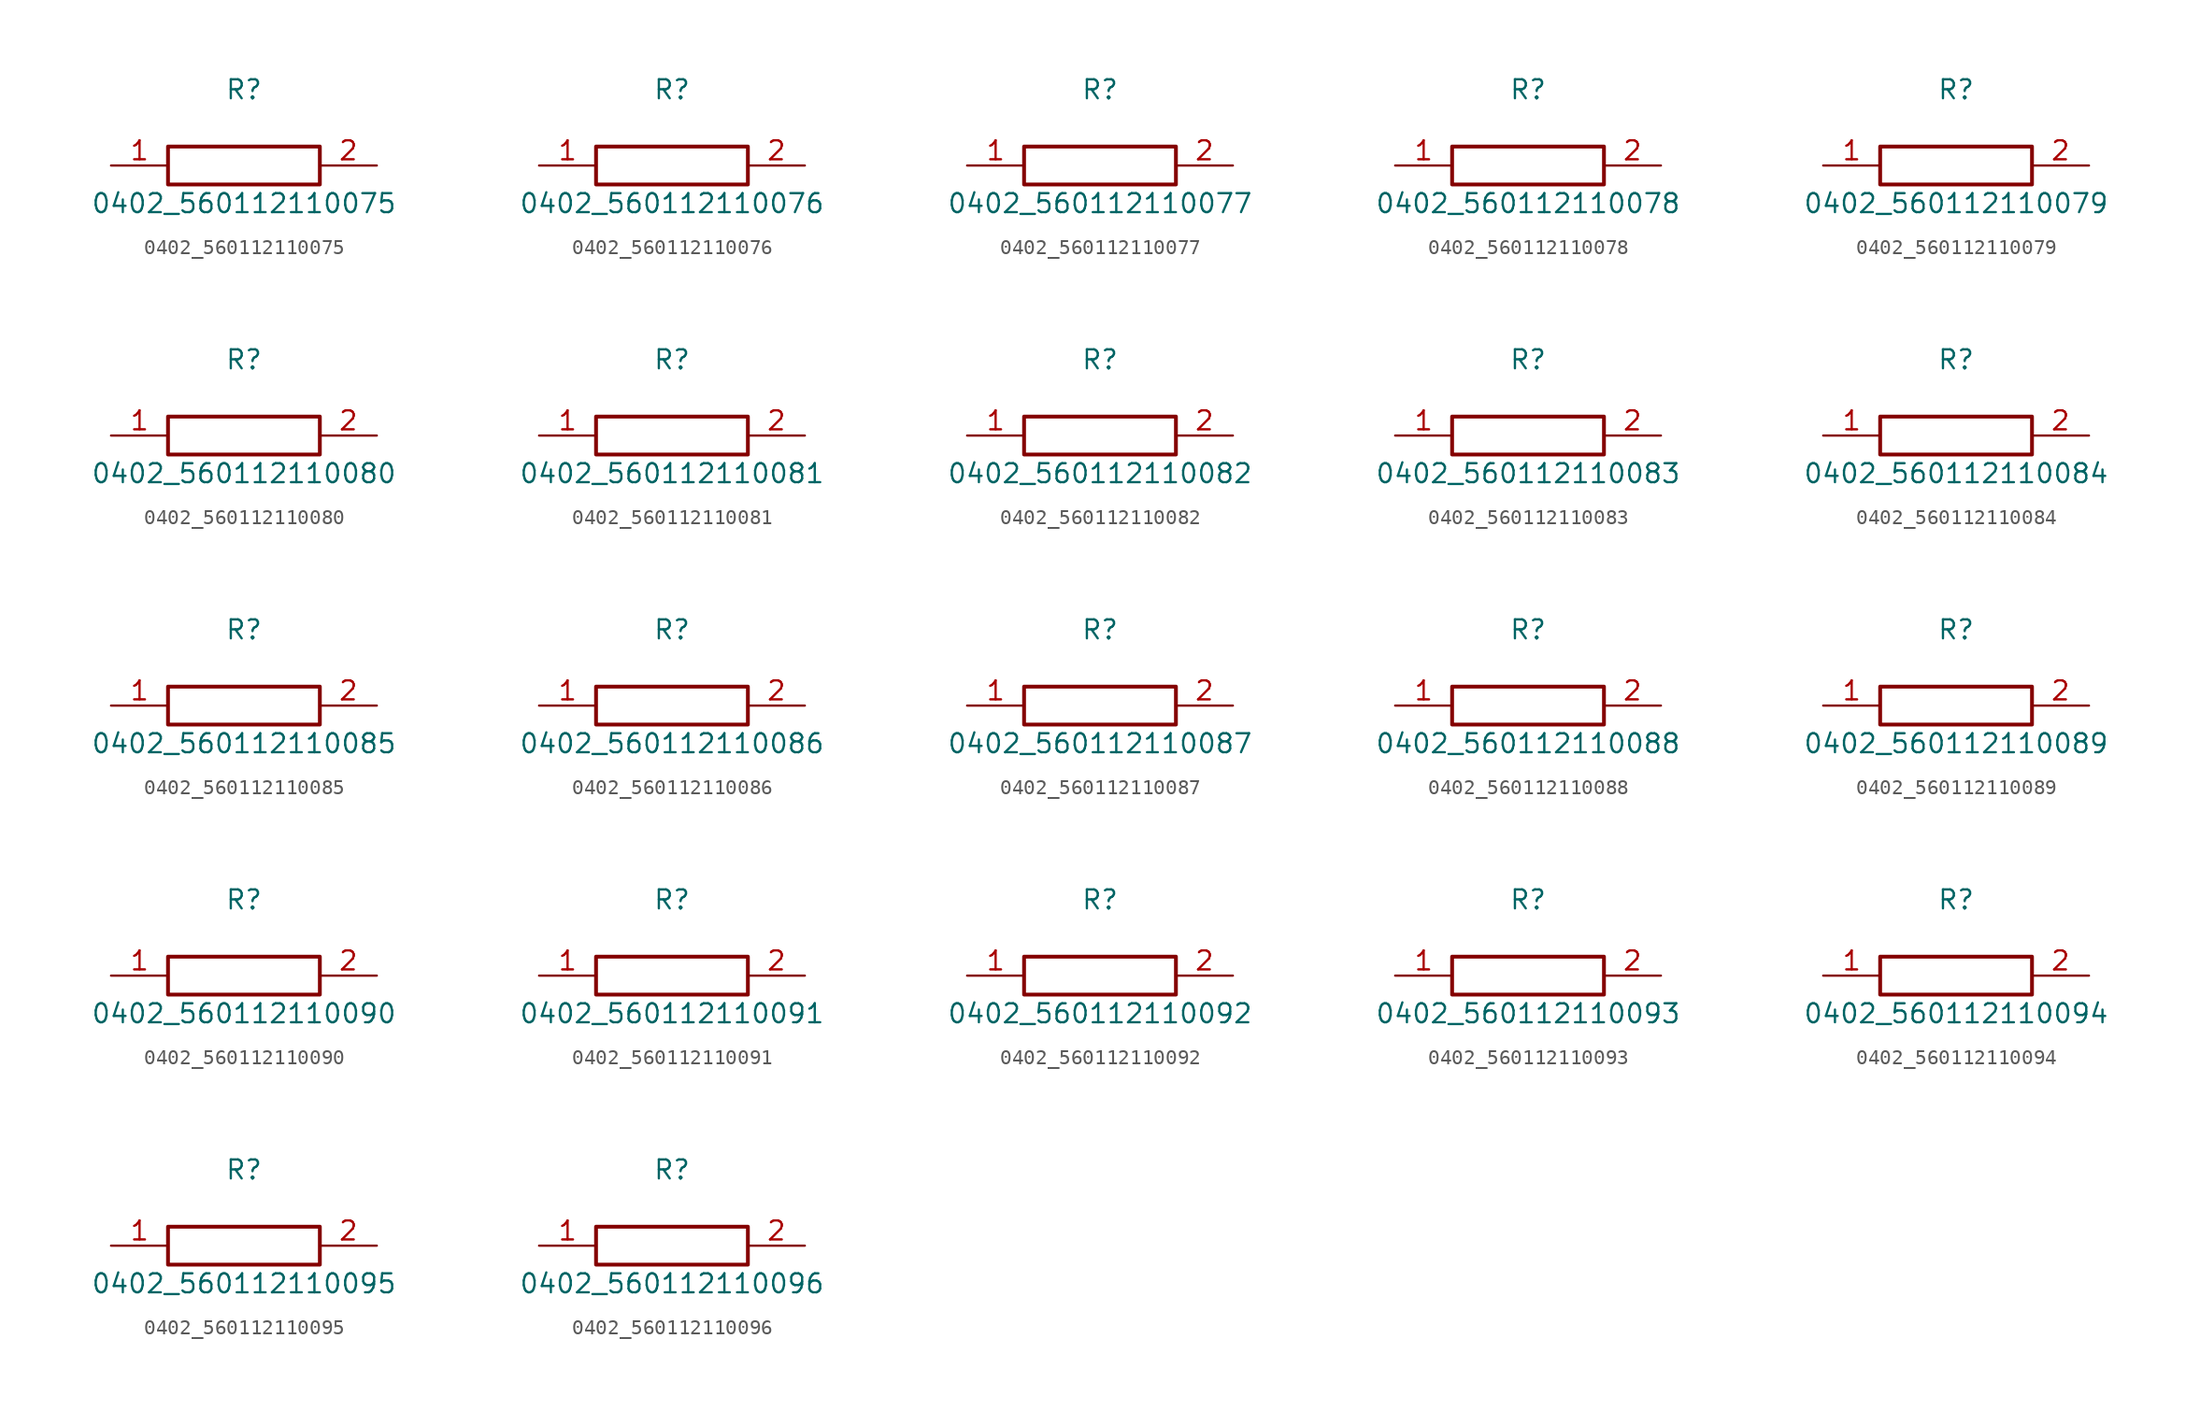
<source format=kicad_sym>
(kicad_symbol_lib
  (version 20211014)
  (generator kicad_symbol_editor)
  (symbol "Resistor_Wurth_WRIS-RSKS:0402_560112110075"
    (pin_names hide)
    (property "Reference" "R"
      (at 0 5.08 0)
      (effects (font (size 1.27 1.27))))
    (property "Value" "0402_560112110075"
      (at 0 -2.54 0)
      (effects (font (size 1.27 1.27))))
    (symbol "0402_560112110075_0_1"
      (rectangle (start -5.08 1.27) (end 5.08 -1.27) (stroke (width 0.254) (type solid)) (fill (type none)))
      (pin passive line (at -8.89 0 0) (length 3.81) (name "1" (effects (font (size 1.27 1.27)))) (number "1" (effects (font (size 1.27 1.27)))))
      (pin passive line (at 8.89 0 180) (length 3.81) (name "2" (effects (font (size 1.27 1.27)))) (number "2" (effects (font (size 1.27 1.27)))))))
  (symbol "Resistor_Wurth_WRIS-RSKS:0402_560112110076"
    (pin_names hide)
    (property "Reference" "R"
      (at 0 5.08 0)
      (effects (font (size 1.27 1.27))))
    (property "Value" "0402_560112110076"
      (at 0 -2.54 0)
      (effects (font (size 1.27 1.27))))
    (symbol "0402_560112110076_0_1"
      (rectangle (start -5.08 1.27) (end 5.08 -1.27) (stroke (width 0.254) (type solid)) (fill (type none)))
      (pin passive line (at -8.89 0 0) (length 3.81) (name "1" (effects (font (size 1.27 1.27)))) (number "1" (effects (font (size 1.27 1.27)))))
      (pin passive line (at 8.89 0 180) (length 3.81) (name "2" (effects (font (size 1.27 1.27)))) (number "2" (effects (font (size 1.27 1.27)))))))
  (symbol "Resistor_Wurth_WRIS-RSKS:0402_560112110077"
    (pin_names hide)
    (property "Reference" "R"
      (at 0 5.08 0)
      (effects (font (size 1.27 1.27))))
    (property "Value" "0402_560112110077"
      (at 0 -2.54 0)
      (effects (font (size 1.27 1.27))))
    (symbol "0402_560112110077_0_1"
      (rectangle (start -5.08 1.27) (end 5.08 -1.27) (stroke (width 0.254) (type solid)) (fill (type none)))
      (pin passive line (at -8.89 0 0) (length 3.81) (name "1" (effects (font (size 1.27 1.27)))) (number "1" (effects (font (size 1.27 1.27)))))
      (pin passive line (at 8.89 0 180) (length 3.81) (name "2" (effects (font (size 1.27 1.27)))) (number "2" (effects (font (size 1.27 1.27)))))))
  (symbol "Resistor_Wurth_WRIS-RSKS:0402_560112110078"
    (pin_names hide)
    (property "Reference" "R"
      (at 0 5.08 0)
      (effects (font (size 1.27 1.27))))
    (property "Value" "0402_560112110078"
      (at 0 -2.54 0)
      (effects (font (size 1.27 1.27))))
    (symbol "0402_560112110078_0_1"
      (rectangle (start -5.08 1.27) (end 5.08 -1.27) (stroke (width 0.254) (type solid)) (fill (type none)))
      (pin passive line (at -8.89 0 0) (length 3.81) (name "1" (effects (font (size 1.27 1.27)))) (number "1" (effects (font (size 1.27 1.27)))))
      (pin passive line (at 8.89 0 180) (length 3.81) (name "2" (effects (font (size 1.27 1.27)))) (number "2" (effects (font (size 1.27 1.27)))))))
  (symbol "Resistor_Wurth_WRIS-RSKS:0402_560112110079"
    (pin_names hide)
    (property "Reference" "R"
      (at 0 5.08 0)
      (effects (font (size 1.27 1.27))))
    (property "Value" "0402_560112110079"
      (at 0 -2.54 0)
      (effects (font (size 1.27 1.27))))
    (symbol "0402_560112110079_0_1"
      (rectangle (start -5.08 1.27) (end 5.08 -1.27) (stroke (width 0.254) (type solid)) (fill (type none)))
      (pin passive line (at -8.89 0 0) (length 3.81) (name "1" (effects (font (size 1.27 1.27)))) (number "1" (effects (font (size 1.27 1.27)))))
      (pin passive line (at 8.89 0 180) (length 3.81) (name "2" (effects (font (size 1.27 1.27)))) (number "2" (effects (font (size 1.27 1.27)))))))
  (symbol "Resistor_Wurth_WRIS-RSKS:0402_560112110080"
    (pin_names hide)
    (property "Reference" "R"
      (at 0 5.08 0)
      (effects (font (size 1.27 1.27))))
    (property "Value" "0402_560112110080"
      (at 0 -2.54 0)
      (effects (font (size 1.27 1.27))))
    (symbol "0402_560112110080_0_1"
      (rectangle (start -5.08 1.27) (end 5.08 -1.27) (stroke (width 0.254) (type solid)) (fill (type none)))
      (pin passive line (at -8.89 0 0) (length 3.81) (name "1" (effects (font (size 1.27 1.27)))) (number "1" (effects (font (size 1.27 1.27)))))
      (pin passive line (at 8.89 0 180) (length 3.81) (name "2" (effects (font (size 1.27 1.27)))) (number "2" (effects (font (size 1.27 1.27)))))))
  (symbol "Resistor_Wurth_WRIS-RSKS:0402_560112110081"
    (pin_names hide)
    (property "Reference" "R"
      (at 0 5.08 0)
      (effects (font (size 1.27 1.27))))
    (property "Value" "0402_560112110081"
      (at 0 -2.54 0)
      (effects (font (size 1.27 1.27))))
    (symbol "0402_560112110081_0_1"
      (rectangle (start -5.08 1.27) (end 5.08 -1.27) (stroke (width 0.254) (type solid)) (fill (type none)))
      (pin passive line (at -8.89 0 0) (length 3.81) (name "1" (effects (font (size 1.27 1.27)))) (number "1" (effects (font (size 1.27 1.27)))))
      (pin passive line (at 8.89 0 180) (length 3.81) (name "2" (effects (font (size 1.27 1.27)))) (number "2" (effects (font (size 1.27 1.27)))))))
  (symbol "Resistor_Wurth_WRIS-RSKS:0402_560112110082"
    (pin_names hide)
    (property "Reference" "R"
      (at 0 5.08 0)
      (effects (font (size 1.27 1.27))))
    (property "Value" "0402_560112110082"
      (at 0 -2.54 0)
      (effects (font (size 1.27 1.27))))
    (symbol "0402_560112110082_0_1"
      (rectangle (start -5.08 1.27) (end 5.08 -1.27) (stroke (width 0.254) (type solid)) (fill (type none)))
      (pin passive line (at -8.89 0 0) (length 3.81) (name "1" (effects (font (size 1.27 1.27)))) (number "1" (effects (font (size 1.27 1.27)))))
      (pin passive line (at 8.89 0 180) (length 3.81) (name "2" (effects (font (size 1.27 1.27)))) (number "2" (effects (font (size 1.27 1.27)))))))
  (symbol "Resistor_Wurth_WRIS-RSKS:0402_560112110083"
    (pin_names hide)
    (property "Reference" "R"
      (at 0 5.08 0)
      (effects (font (size 1.27 1.27))))
    (property "Value" "0402_560112110083"
      (at 0 -2.54 0)
      (effects (font (size 1.27 1.27))))
    (symbol "0402_560112110083_0_1"
      (rectangle (start -5.08 1.27) (end 5.08 -1.27) (stroke (width 0.254) (type solid)) (fill (type none)))
      (pin passive line (at -8.89 0 0) (length 3.81) (name "1" (effects (font (size 1.27 1.27)))) (number "1" (effects (font (size 1.27 1.27)))))
      (pin passive line (at 8.89 0 180) (length 3.81) (name "2" (effects (font (size 1.27 1.27)))) (number "2" (effects (font (size 1.27 1.27)))))))
  (symbol "Resistor_Wurth_WRIS-RSKS:0402_560112110084"
    (pin_names hide)
    (property "Reference" "R"
      (at 0 5.08 0)
      (effects (font (size 1.27 1.27))))
    (property "Value" "0402_560112110084"
      (at 0 -2.54 0)
      (effects (font (size 1.27 1.27))))
    (symbol "0402_560112110084_0_1"
      (rectangle (start -5.08 1.27) (end 5.08 -1.27) (stroke (width 0.254) (type solid)) (fill (type none)))
      (pin passive line (at -8.89 0 0) (length 3.81) (name "1" (effects (font (size 1.27 1.27)))) (number "1" (effects (font (size 1.27 1.27)))))
      (pin passive line (at 8.89 0 180) (length 3.81) (name "2" (effects (font (size 1.27 1.27)))) (number "2" (effects (font (size 1.27 1.27)))))))
  (symbol "Resistor_Wurth_WRIS-RSKS:0402_560112110085"
    (pin_names hide)
    (property "Reference" "R"
      (at 0 5.08 0)
      (effects (font (size 1.27 1.27))))
    (property "Value" "0402_560112110085"
      (at 0 -2.54 0)
      (effects (font (size 1.27 1.27))))
    (symbol "0402_560112110085_0_1"
      (rectangle (start -5.08 1.27) (end 5.08 -1.27) (stroke (width 0.254) (type solid)) (fill (type none)))
      (pin passive line (at -8.89 0 0) (length 3.81) (name "1" (effects (font (size 1.27 1.27)))) (number "1" (effects (font (size 1.27 1.27)))))
      (pin passive line (at 8.89 0 180) (length 3.81) (name "2" (effects (font (size 1.27 1.27)))) (number "2" (effects (font (size 1.27 1.27)))))))
  (symbol "Resistor_Wurth_WRIS-RSKS:0402_560112110086"
    (pin_names hide)
    (property "Reference" "R"
      (at 0 5.08 0)
      (effects (font (size 1.27 1.27))))
    (property "Value" "0402_560112110086"
      (at 0 -2.54 0)
      (effects (font (size 1.27 1.27))))
    (symbol "0402_560112110086_0_1"
      (rectangle (start -5.08 1.27) (end 5.08 -1.27) (stroke (width 0.254) (type solid)) (fill (type none)))
      (pin passive line (at -8.89 0 0) (length 3.81) (name "1" (effects (font (size 1.27 1.27)))) (number "1" (effects (font (size 1.27 1.27)))))
      (pin passive line (at 8.89 0 180) (length 3.81) (name "2" (effects (font (size 1.27 1.27)))) (number "2" (effects (font (size 1.27 1.27)))))))
  (symbol "Resistor_Wurth_WRIS-RSKS:0402_560112110087"
    (pin_names hide)
    (property "Reference" "R"
      (at 0 5.08 0)
      (effects (font (size 1.27 1.27))))
    (property "Value" "0402_560112110087"
      (at 0 -2.54 0)
      (effects (font (size 1.27 1.27))))
    (symbol "0402_560112110087_0_1"
      (rectangle (start -5.08 1.27) (end 5.08 -1.27) (stroke (width 0.254) (type solid)) (fill (type none)))
      (pin passive line (at -8.89 0 0) (length 3.81) (name "1" (effects (font (size 1.27 1.27)))) (number "1" (effects (font (size 1.27 1.27)))))
      (pin passive line (at 8.89 0 180) (length 3.81) (name "2" (effects (font (size 1.27 1.27)))) (number "2" (effects (font (size 1.27 1.27)))))))
  (symbol "Resistor_Wurth_WRIS-RSKS:0402_560112110088"
    (pin_names hide)
    (property "Reference" "R"
      (at 0 5.08 0)
      (effects (font (size 1.27 1.27))))
    (property "Value" "0402_560112110088"
      (at 0 -2.54 0)
      (effects (font (size 1.27 1.27))))
    (symbol "0402_560112110088_0_1"
      (rectangle (start -5.08 1.27) (end 5.08 -1.27) (stroke (width 0.254) (type solid)) (fill (type none)))
      (pin passive line (at -8.89 0 0) (length 3.81) (name "1" (effects (font (size 1.27 1.27)))) (number "1" (effects (font (size 1.27 1.27)))))
      (pin passive line (at 8.89 0 180) (length 3.81) (name "2" (effects (font (size 1.27 1.27)))) (number "2" (effects (font (size 1.27 1.27)))))))
  (symbol "Resistor_Wurth_WRIS-RSKS:0402_560112110089"
    (pin_names hide)
    (property "Reference" "R"
      (at 0 5.08 0)
      (effects (font (size 1.27 1.27))))
    (property "Value" "0402_560112110089"
      (at 0 -2.54 0)
      (effects (font (size 1.27 1.27))))
    (symbol "0402_560112110089_0_1"
      (rectangle (start -5.08 1.27) (end 5.08 -1.27) (stroke (width 0.254) (type solid)) (fill (type none)))
      (pin passive line (at -8.89 0 0) (length 3.81) (name "1" (effects (font (size 1.27 1.27)))) (number "1" (effects (font (size 1.27 1.27)))))
      (pin passive line (at 8.89 0 180) (length 3.81) (name "2" (effects (font (size 1.27 1.27)))) (number "2" (effects (font (size 1.27 1.27)))))))
  (symbol "Resistor_Wurth_WRIS-RSKS:0402_560112110090"
    (pin_names hide)
    (property "Reference" "R"
      (at 0 5.08 0)
      (effects (font (size 1.27 1.27))))
    (property "Value" "0402_560112110090"
      (at 0 -2.54 0)
      (effects (font (size 1.27 1.27))))
    (symbol "0402_560112110090_0_1"
      (rectangle (start -5.08 1.27) (end 5.08 -1.27) (stroke (width 0.254) (type solid)) (fill (type none)))
      (pin passive line (at -8.89 0 0) (length 3.81) (name "1" (effects (font (size 1.27 1.27)))) (number "1" (effects (font (size 1.27 1.27)))))
      (pin passive line (at 8.89 0 180) (length 3.81) (name "2" (effects (font (size 1.27 1.27)))) (number "2" (effects (font (size 1.27 1.27)))))))
  (symbol "Resistor_Wurth_WRIS-RSKS:0402_560112110091"
    (pin_names hide)
    (property "Reference" "R"
      (at 0 5.08 0)
      (effects (font (size 1.27 1.27))))
    (property "Value" "0402_560112110091"
      (at 0 -2.54 0)
      (effects (font (size 1.27 1.27))))
    (symbol "0402_560112110091_0_1"
      (rectangle (start -5.08 1.27) (end 5.08 -1.27) (stroke (width 0.254) (type solid)) (fill (type none)))
      (pin passive line (at -8.89 0 0) (length 3.81) (name "1" (effects (font (size 1.27 1.27)))) (number "1" (effects (font (size 1.27 1.27)))))
      (pin passive line (at 8.89 0 180) (length 3.81) (name "2" (effects (font (size 1.27 1.27)))) (number "2" (effects (font (size 1.27 1.27)))))))
  (symbol "Resistor_Wurth_WRIS-RSKS:0402_560112110092"
    (pin_names hide)
    (property "Reference" "R"
      (at 0 5.08 0)
      (effects (font (size 1.27 1.27))))
    (property "Value" "0402_560112110092"
      (at 0 -2.54 0)
      (effects (font (size 1.27 1.27))))
    (symbol "0402_560112110092_0_1"
      (rectangle (start -5.08 1.27) (end 5.08 -1.27) (stroke (width 0.254) (type solid)) (fill (type none)))
      (pin passive line (at -8.89 0 0) (length 3.81) (name "1" (effects (font (size 1.27 1.27)))) (number "1" (effects (font (size 1.27 1.27)))))
      (pin passive line (at 8.89 0 180) (length 3.81) (name "2" (effects (font (size 1.27 1.27)))) (number "2" (effects (font (size 1.27 1.27)))))))
  (symbol "Resistor_Wurth_WRIS-RSKS:0402_560112110093"
    (pin_names hide)
    (property "Reference" "R"
      (at 0 5.08 0)
      (effects (font (size 1.27 1.27))))
    (property "Value" "0402_560112110093"
      (at 0 -2.54 0)
      (effects (font (size 1.27 1.27))))
    (symbol "0402_560112110093_0_1"
      (rectangle (start -5.08 1.27) (end 5.08 -1.27) (stroke (width 0.254) (type solid)) (fill (type none)))
      (pin passive line (at -8.89 0 0) (length 3.81) (name "1" (effects (font (size 1.27 1.27)))) (number "1" (effects (font (size 1.27 1.27)))))
      (pin passive line (at 8.89 0 180) (length 3.81) (name "2" (effects (font (size 1.27 1.27)))) (number "2" (effects (font (size 1.27 1.27)))))))
  (symbol "Resistor_Wurth_WRIS-RSKS:0402_560112110094"
    (pin_names hide)
    (property "Reference" "R"
      (at 0 5.08 0)
      (effects (font (size 1.27 1.27))))
    (property "Value" "0402_560112110094"
      (at 0 -2.54 0)
      (effects (font (size 1.27 1.27))))
    (symbol "0402_560112110094_0_1"
      (rectangle (start -5.08 1.27) (end 5.08 -1.27) (stroke (width 0.254) (type solid)) (fill (type none)))
      (pin passive line (at -8.89 0 0) (length 3.81) (name "1" (effects (font (size 1.27 1.27)))) (number "1" (effects (font (size 1.27 1.27)))))
      (pin passive line (at 8.89 0 180) (length 3.81) (name "2" (effects (font (size 1.27 1.27)))) (number "2" (effects (font (size 1.27 1.27)))))))
  (symbol "Resistor_Wurth_WRIS-RSKS:0402_560112110095"
    (pin_names hide)
    (property "Reference" "R"
      (at 0 5.08 0)
      (effects (font (size 1.27 1.27))))
    (property "Value" "0402_560112110095"
      (at 0 -2.54 0)
      (effects (font (size 1.27 1.27))))
    (symbol "0402_560112110095_0_1"
      (rectangle (start -5.08 1.27) (end 5.08 -1.27) (stroke (width 0.254) (type solid)) (fill (type none)))
      (pin passive line (at -8.89 0 0) (length 3.81) (name "1" (effects (font (size 1.27 1.27)))) (number "1" (effects (font (size 1.27 1.27)))))
      (pin passive line (at 8.89 0 180) (length 3.81) (name "2" (effects (font (size 1.27 1.27)))) (number "2" (effects (font (size 1.27 1.27)))))))
  (symbol "Resistor_Wurth_WRIS-RSKS:0402_560112110096"
    (pin_names hide)
    (property "Reference" "R"
      (at 0 5.08 0)
      (effects (font (size 1.27 1.27))))
    (property "Value" "0402_560112110096"
      (at 0 -2.54 0)
      (effects (font (size 1.27 1.27))))
    (symbol "0402_560112110096_0_1"
      (rectangle (start -5.08 1.27) (end 5.08 -1.27) (stroke (width 0.254) (type solid)) (fill (type none)))
      (pin passive line (at -8.89 0 0) (length 3.81) (name "1" (effects (font (size 1.27 1.27)))) (number "1" (effects (font (size 1.27 1.27)))))
      (pin passive line (at 8.89 0 180) (length 3.81) (name "2" (effects (font (size 1.27 1.27)))) (number "2" (effects (font (size 1.27 1.27))))))))
</source>
